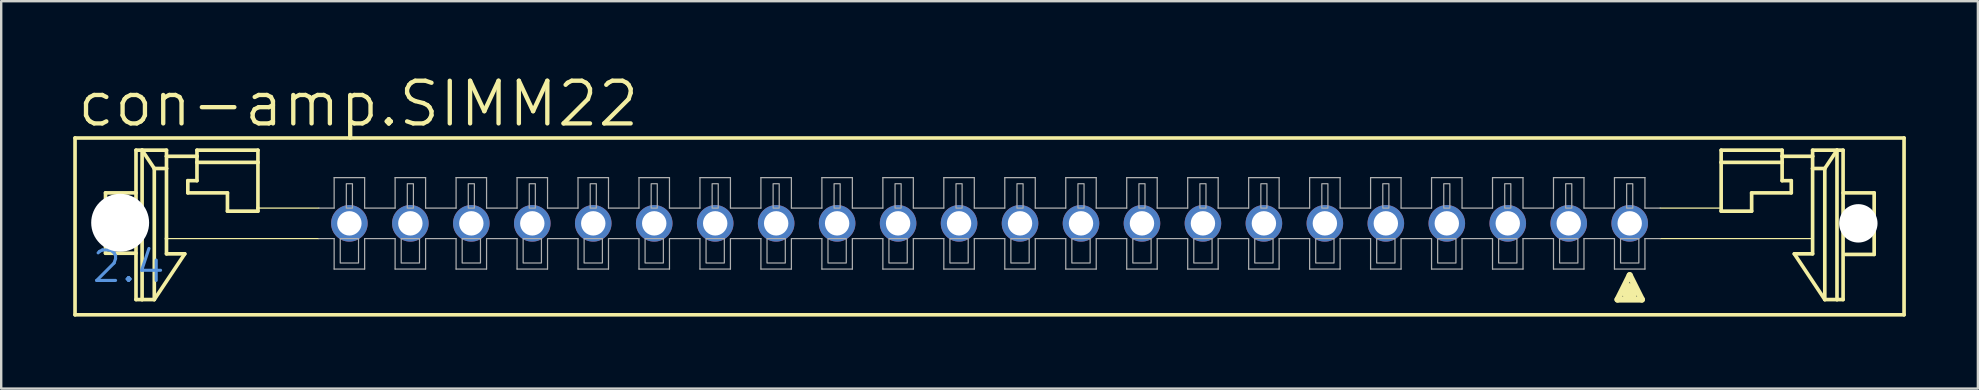
<source format=kicad_pcb>
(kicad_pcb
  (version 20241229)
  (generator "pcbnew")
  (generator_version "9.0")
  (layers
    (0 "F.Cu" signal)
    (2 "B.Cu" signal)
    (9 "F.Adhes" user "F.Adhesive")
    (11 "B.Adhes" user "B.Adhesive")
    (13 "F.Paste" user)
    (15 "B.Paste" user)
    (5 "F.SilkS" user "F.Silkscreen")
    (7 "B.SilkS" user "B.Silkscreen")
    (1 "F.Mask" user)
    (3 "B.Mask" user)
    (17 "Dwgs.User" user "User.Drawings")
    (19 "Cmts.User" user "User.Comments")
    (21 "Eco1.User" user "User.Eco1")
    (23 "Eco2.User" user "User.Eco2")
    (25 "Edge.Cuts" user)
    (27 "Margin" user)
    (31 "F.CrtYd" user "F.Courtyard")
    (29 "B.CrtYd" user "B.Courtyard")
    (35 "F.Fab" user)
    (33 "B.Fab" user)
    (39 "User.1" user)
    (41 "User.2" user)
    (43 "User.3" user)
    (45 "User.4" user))
  (footprint "con-amp.SIMM22"
    (layer "F.Cu")
    (at 38.176 6.255)
    (property "Reference" "con-amp.SIMM22" (at -38.1 -3.937 0) (layer "F.SilkS") (effects (font (size 1.778 1.778) (thickness 0.18)) (justify left bottom)))
    (attr through_hole)
    (fp_line (start -38.1 -3.556) (end -38.1 3.81) (stroke (width 0.152) (type default)) (layer "F.SilkS"))
    (fp_line (start -38.1 3.81) (end 38.1 3.81) (stroke (width 0.152) (type default)) (layer "F.SilkS"))
    (fp_line (start -36.83 -1.27) (end -36.83 1.245) (stroke (width 0.152) (type default)) (layer "F.SilkS"))
    (fp_line (start -36.83 1.245) (end -35.56 1.245) (stroke (width 0.152) (type default)) (layer "F.SilkS"))
    (fp_line (start -35.56 -3.048) (end -35.56 3.175) (stroke (width 0.152) (type default)) (layer "F.SilkS"))
    (fp_line (start -35.56 -3.048) (end -35.306 -3.048) (stroke (width 0.152) (type default)) (layer "F.SilkS"))
    (fp_line (start -35.56 -1.27) (end -36.83 -1.27) (stroke (width 0.152) (type default)) (layer "F.SilkS"))
    (fp_line (start -35.306 -3.048) (end -35.306 3.175) (stroke (width 0.152) (type default)) (layer "F.SilkS"))
    (fp_line (start -35.306 -3.048) (end -34.798 -2.286) (stroke (width 0.152) (type default)) (layer "F.SilkS"))
    (fp_line (start -35.306 -3.048) (end -34.29 -3.048) (stroke (width 0.152) (type default)) (layer "F.SilkS"))
    (fp_line (start -35.306 3.175) (end -35.56 3.175) (stroke (width 0.152) (type default)) (layer "F.SilkS"))
    (fp_line (start -34.798 3.175) (end -35.306 3.175) (stroke (width 0.152) (type default)) (layer "F.SilkS"))
    (fp_line (start -34.798 3.175) (end -34.798 -2.286) (stroke (width 0.152) (type default)) (layer "F.SilkS"))
    (fp_line (start -34.29 -3.048) (end -34.29 -2.794) (stroke (width 0.152) (type default)) (layer "F.SilkS"))
    (fp_line (start -34.29 -2.794) (end -34.29 -2.286) (stroke (width 0.152) (type default)) (layer "F.SilkS"))
    (fp_line (start -34.29 -2.794) (end -33.02 -2.794) (stroke (width 0.152) (type default)) (layer "F.SilkS"))
    (fp_line (start -34.29 -2.286) (end -34.798 -2.286) (stroke (width 0.152) (type default)) (layer "F.SilkS"))
    (fp_line (start -34.29 0.635) (end -34.29 -2.286) (stroke (width 0.152) (type default)) (layer "F.SilkS"))
    (fp_line (start -34.29 1.27) (end -34.29 0.635) (stroke (width 0.152) (type default)) (layer "F.SilkS"))
    (fp_line (start -34.29 1.27) (end -33.528 1.27) (stroke (width 0.152) (type default)) (layer "F.SilkS"))
    (fp_line (start -33.528 1.27) (end -34.798 3.175) (stroke (width 0.152) (type default)) (layer "F.SilkS"))
    (fp_line (start -33.401 -1.778) (end -33.02 -1.778) (stroke (width 0.152) (type default)) (layer "F.SilkS"))
    (fp_line (start -33.401 -1.27) (end -33.401 -1.778) (stroke (width 0.152) (type default)) (layer "F.SilkS"))
    (fp_line (start -33.02 -3.048) (end -30.48 -3.048) (stroke (width 0.152) (type default)) (layer "F.SilkS"))
    (fp_line (start -33.02 -2.794) (end -33.02 -3.048) (stroke (width 0.152) (type default)) (layer "F.SilkS"))
    (fp_line (start -33.02 -2.54) (end -33.02 -2.794) (stroke (width 0.152) (type default)) (layer "F.SilkS"))
    (fp_line (start -33.02 -2.54) (end -30.48 -2.54) (stroke (width 0.152) (type default)) (layer "F.SilkS"))
    (fp_line (start -33.02 -1.778) (end -33.02 -2.54) (stroke (width 0.152) (type default)) (layer "F.SilkS"))
    (fp_line (start -31.75 -1.27) (end -33.401 -1.27) (stroke (width 0.152) (type default)) (layer "F.SilkS"))
    (fp_line (start -31.75 -0.508) (end -31.75 -1.27) (stroke (width 0.152) (type default)) (layer "F.SilkS"))
    (fp_line (start -30.48 -3.048) (end -30.48 -2.54) (stroke (width 0.152) (type default)) (layer "F.SilkS"))
    (fp_line (start -30.48 -2.54) (end -30.48 -0.635) (stroke (width 0.152) (type default)) (layer "F.SilkS"))
    (fp_line (start -30.48 -0.635) (end -30.48 -0.508) (stroke (width 0.152) (type default)) (layer "F.SilkS"))
    (fp_line (start -30.48 -0.508) (end -31.75 -0.508) (stroke (width 0.152) (type default)) (layer "F.SilkS"))
    (fp_line (start -27.94 -0.635) (end -30.48 -0.635) (stroke (width 0.051) (type default)) (layer "F.SilkS"))
    (fp_line (start -27.94 0.635) (end -34.29 0.635) (stroke (width 0.051) (type default)) (layer "F.SilkS"))
    (fp_line (start 26.162 3.175) (end 27.178 3.175) (stroke (width 0.254) (type default)) (layer "F.SilkS"))
    (fp_line (start 26.67 2.159) (end 26.162 3.175) (stroke (width 0.254) (type default)) (layer "F.SilkS"))
    (fp_line (start 26.67 2.794) (end 26.67 2.921) (stroke (width 0.61) (type default)) (layer "F.SilkS"))
    (fp_line (start 27.178 3.175) (end 26.67 2.159) (stroke (width 0.254) (type default)) (layer "F.SilkS"))
    (fp_line (start 27.94 -0.635) (end 30.429 -0.635) (stroke (width 0.051) (type default)) (layer "F.SilkS"))
    (fp_line (start 27.94 0.635) (end 34.239 0.635) (stroke (width 0.051) (type default)) (layer "F.SilkS"))
    (fp_line (start 30.48 -3.048) (end 30.48 -2.54) (stroke (width 0.152) (type default)) (layer "F.SilkS"))
    (fp_line (start 30.48 -2.54) (end 30.48 -0.508) (stroke (width 0.152) (type default)) (layer "F.SilkS"))
    (fp_line (start 30.48 -0.508) (end 31.75 -0.508) (stroke (width 0.152) (type default)) (layer "F.SilkS"))
    (fp_line (start 31.75 -1.27) (end 33.401 -1.27) (stroke (width 0.152) (type default)) (layer "F.SilkS"))
    (fp_line (start 31.75 -0.508) (end 31.75 -1.27) (stroke (width 0.152) (type default)) (layer "F.SilkS"))
    (fp_line (start 33.02 -3.048) (end 30.48 -3.048) (stroke (width 0.152) (type default)) (layer "F.SilkS"))
    (fp_line (start 33.02 -2.794) (end 33.02 -3.048) (stroke (width 0.152) (type default)) (layer "F.SilkS"))
    (fp_line (start 33.02 -2.54) (end 30.48 -2.54) (stroke (width 0.152) (type default)) (layer "F.SilkS"))
    (fp_line (start 33.02 -2.54) (end 33.02 -2.794) (stroke (width 0.152) (type default)) (layer "F.SilkS"))
    (fp_line (start 33.02 -1.778) (end 33.02 -2.54) (stroke (width 0.152) (type default)) (layer "F.SilkS"))
    (fp_line (start 33.401 -1.778) (end 33.02 -1.778) (stroke (width 0.152) (type default)) (layer "F.SilkS"))
    (fp_line (start 33.401 -1.27) (end 33.401 -1.778) (stroke (width 0.152) (type default)) (layer "F.SilkS"))
    (fp_line (start 33.528 1.27) (end 34.798 3.175) (stroke (width 0.152) (type default)) (layer "F.SilkS"))
    (fp_line (start 34.29 -3.048) (end 34.29 -2.794) (stroke (width 0.152) (type default)) (layer "F.SilkS"))
    (fp_line (start 34.29 -2.794) (end 33.02 -2.794) (stroke (width 0.152) (type default)) (layer "F.SilkS"))
    (fp_line (start 34.29 -2.794) (end 34.29 -2.286) (stroke (width 0.152) (type default)) (layer "F.SilkS"))
    (fp_line (start 34.29 -2.286) (end 34.29 1.27) (stroke (width 0.152) (type default)) (layer "F.SilkS"))
    (fp_line (start 34.29 -2.286) (end 34.798 -2.286) (stroke (width 0.152) (type default)) (layer "F.SilkS"))
    (fp_line (start 34.29 1.27) (end 33.528 1.27) (stroke (width 0.152) (type default)) (layer "F.SilkS"))
    (fp_line (start 34.798 3.175) (end 34.798 -2.286) (stroke (width 0.152) (type default)) (layer "F.SilkS"))
    (fp_line (start 34.798 3.175) (end 35.306 3.175) (stroke (width 0.152) (type default)) (layer "F.SilkS"))
    (fp_line (start 35.306 -3.048) (end 34.29 -3.048) (stroke (width 0.152) (type default)) (layer "F.SilkS"))
    (fp_line (start 35.306 -3.048) (end 34.798 -2.286) (stroke (width 0.152) (type default)) (layer "F.SilkS"))
    (fp_line (start 35.306 -3.048) (end 35.306 3.175) (stroke (width 0.152) (type default)) (layer "F.SilkS"))
    (fp_line (start 35.306 3.175) (end 35.56 3.175) (stroke (width 0.152) (type default)) (layer "F.SilkS"))
    (fp_line (start 35.56 -3.048) (end 35.306 -3.048) (stroke (width 0.152) (type default)) (layer "F.SilkS"))
    (fp_line (start 35.56 -3.048) (end 35.56 3.175) (stroke (width 0.152) (type default)) (layer "F.SilkS"))
    (fp_line (start 35.56 -1.27) (end 36.855 -1.27) (stroke (width 0.152) (type default)) (layer "F.SilkS"))
    (fp_line (start 36.855 -1.27) (end 36.855 1.295) (stroke (width 0.152) (type default)) (layer "F.SilkS"))
    (fp_line (start 36.855 1.295) (end 35.662 1.295) (stroke (width 0.152) (type default)) (layer "F.SilkS"))
    (fp_line (start 38.1 -3.556) (end -38.1 -3.556) (stroke (width 0.152) (type default)) (layer "F.SilkS"))
    (fp_line (start 38.1 3.81) (end 38.1 -3.556) (stroke (width 0.152) (type default)) (layer "F.SilkS"))
    (fp_line (start -27.305 -1.905) (end -26.035 -1.905) (stroke (width 0.051) (type default)) (layer "F.Fab"))
    (fp_line (start -27.305 -0.635) (end -27.94 -0.635) (stroke (width 0.051) (type default)) (layer "F.Fab"))
    (fp_line (start -27.305 -0.635) (end -27.305 -1.905) (stroke (width 0.051) (type default)) (layer "F.Fab"))
    (fp_line (start -27.305 0.635) (end -27.94 0.635) (stroke (width 0.051) (type default)) (layer "F.Fab"))
    (fp_line (start -27.305 1.905) (end -27.305 0.635) (stroke (width 0.051) (type default)) (layer "F.Fab"))
    (fp_line (start -27.305 1.905) (end -26.035 1.905) (stroke (width 0.051) (type default)) (layer "F.Fab"))
    (fp_line (start -26.035 -1.905) (end -26.035 -0.635) (stroke (width 0.051) (type default)) (layer "F.Fab"))
    (fp_line (start -26.035 -0.635) (end -24.765 -0.635) (stroke (width 0.051) (type default)) (layer "F.Fab"))
    (fp_line (start -26.035 0.635) (end -24.765 0.635) (stroke (width 0.051) (type default)) (layer "F.Fab"))
    (fp_line (start -26.035 1.905) (end -26.035 0.635) (stroke (width 0.051) (type default)) (layer "F.Fab"))
    (fp_line (start -24.765 -1.905) (end -23.495 -1.905) (stroke (width 0.051) (type default)) (layer "F.Fab"))
    (fp_line (start -24.765 -0.635) (end -24.765 -1.905) (stroke (width 0.051) (type default)) (layer "F.Fab"))
    (fp_line (start -24.765 0.635) (end -24.765 1.905) (stroke (width 0.051) (type default)) (layer "F.Fab"))
    (fp_line (start -24.765 1.905) (end -23.495 1.905) (stroke (width 0.051) (type default)) (layer "F.Fab"))
    (fp_line (start -23.495 -1.905) (end -23.495 -0.635) (stroke (width 0.051) (type default)) (layer "F.Fab"))
    (fp_line (start -23.495 -0.635) (end -22.225 -0.635) (stroke (width 0.051) (type default)) (layer "F.Fab"))
    (fp_line (start -23.495 0.635) (end -23.495 1.905) (stroke (width 0.051) (type default)) (layer "F.Fab"))
    (fp_line (start -23.495 0.635) (end -22.225 0.635) (stroke (width 0.051) (type default)) (layer "F.Fab"))
    (fp_line (start -22.225 -0.635) (end -22.225 -1.905) (stroke (width 0.051) (type default)) (layer "F.Fab"))
    (fp_line (start -22.225 1.905) (end -22.225 0.635) (stroke (width 0.051) (type default)) (layer "F.Fab"))
    (fp_line (start -22.225 1.905) (end -20.955 1.905) (stroke (width 0.051) (type default)) (layer "F.Fab"))
    (fp_line (start -20.955 -1.905) (end -22.225 -1.905) (stroke (width 0.051) (type default)) (layer "F.Fab"))
    (fp_line (start -20.955 -1.905) (end -20.955 -0.635) (stroke (width 0.051) (type default)) (layer "F.Fab"))
    (fp_line (start -20.955 0.635) (end -19.685 0.635) (stroke (width 0.051) (type default)) (layer "F.Fab"))
    (fp_line (start -20.955 1.905) (end -20.955 0.635) (stroke (width 0.051) (type default)) (layer "F.Fab"))
    (fp_line (start -19.685 -0.635) (end -20.955 -0.635) (stroke (width 0.051) (type default)) (layer "F.Fab"))
    (fp_line (start -19.685 -0.635) (end -19.685 -1.905) (stroke (width 0.051) (type default)) (layer "F.Fab"))
    (fp_line (start -19.685 1.905) (end -19.685 0.635) (stroke (width 0.051) (type default)) (layer "F.Fab"))
    (fp_line (start -19.685 1.905) (end -18.415 1.905) (stroke (width 0.051) (type default)) (layer "F.Fab"))
    (fp_line (start -18.415 -1.905) (end -19.685 -1.905) (stroke (width 0.051) (type default)) (layer "F.Fab"))
    (fp_line (start -18.415 -1.905) (end -18.415 -0.635) (stroke (width 0.051) (type default)) (layer "F.Fab"))
    (fp_line (start -18.415 0.635) (end -17.145 0.635) (stroke (width 0.051) (type default)) (layer "F.Fab"))
    (fp_line (start -18.415 1.905) (end -18.415 0.635) (stroke (width 0.051) (type default)) (layer "F.Fab"))
    (fp_line (start -17.145 -0.635) (end -18.415 -0.635) (stroke (width 0.051) (type default)) (layer "F.Fab"))
    (fp_line (start -17.145 -0.635) (end -17.145 -1.905) (stroke (width 0.051) (type default)) (layer "F.Fab"))
    (fp_line (start -17.145 1.905) (end -17.145 0.635) (stroke (width 0.051) (type default)) (layer "F.Fab"))
    (fp_line (start -17.145 1.905) (end -15.875 1.905) (stroke (width 0.051) (type default)) (layer "F.Fab"))
    (fp_line (start -15.875 -1.905) (end -17.145 -1.905) (stroke (width 0.051) (type default)) (layer "F.Fab"))
    (fp_line (start -15.875 -1.905) (end -15.875 -0.635) (stroke (width 0.051) (type default)) (layer "F.Fab"))
    (fp_line (start -15.875 0.635) (end -14.605 0.635) (stroke (width 0.051) (type default)) (layer "F.Fab"))
    (fp_line (start -15.875 1.905) (end -15.875 0.635) (stroke (width 0.051) (type default)) (layer "F.Fab"))
    (fp_line (start -14.605 -0.635) (end -15.875 -0.635) (stroke (width 0.051) (type default)) (layer "F.Fab"))
    (fp_line (start -14.605 -0.635) (end -14.605 -1.905) (stroke (width 0.051) (type default)) (layer "F.Fab"))
    (fp_line (start -14.605 1.905) (end -14.605 0.635) (stroke (width 0.051) (type default)) (layer "F.Fab"))
    (fp_line (start -14.605 1.905) (end -13.335 1.905) (stroke (width 0.051) (type default)) (layer "F.Fab"))
    (fp_line (start -13.335 -1.905) (end -14.605 -1.905) (stroke (width 0.051) (type default)) (layer "F.Fab"))
    (fp_line (start -13.335 -1.905) (end -13.335 -0.635) (stroke (width 0.051) (type default)) (layer "F.Fab"))
    (fp_line (start -13.335 -0.635) (end -12.065 -0.635) (stroke (width 0.051) (type default)) (layer "F.Fab"))
    (fp_line (start -13.335 0.635) (end -12.065 0.635) (stroke (width 0.051) (type default)) (layer "F.Fab"))
    (fp_line (start -13.335 1.905) (end -13.335 0.635) (stroke (width 0.051) (type default)) (layer "F.Fab"))
    (fp_line (start -12.065 -0.635) (end -12.065 -1.905) (stroke (width 0.051) (type default)) (layer "F.Fab"))
    (fp_line (start -12.065 1.905) (end -12.065 0.635) (stroke (width 0.051) (type default)) (layer "F.Fab"))
    (fp_line (start -12.065 1.905) (end -10.795 1.905) (stroke (width 0.051) (type default)) (layer "F.Fab"))
    (fp_line (start -10.795 -1.905) (end -12.065 -1.905) (stroke (width 0.051) (type default)) (layer "F.Fab"))
    (fp_line (start -10.795 -1.905) (end -10.795 -0.635) (stroke (width 0.051) (type default)) (layer "F.Fab"))
    (fp_line (start -10.795 0.635) (end -10.795 1.905) (stroke (width 0.051) (type default)) (layer "F.Fab"))
    (fp_line (start -10.795 0.635) (end -9.525 0.635) (stroke (width 0.051) (type default)) (layer "F.Fab"))
    (fp_line (start -9.525 -0.635) (end -10.795 -0.635) (stroke (width 0.051) (type default)) (layer "F.Fab"))
    (fp_line (start -9.525 -0.635) (end -9.525 -1.905) (stroke (width 0.051) (type default)) (layer "F.Fab"))
    (fp_line (start -9.525 1.905) (end -9.525 0.635) (stroke (width 0.051) (type default)) (layer "F.Fab"))
    (fp_line (start -9.525 1.905) (end -8.255 1.905) (stroke (width 0.051) (type default)) (layer "F.Fab"))
    (fp_line (start -8.255 -1.905) (end -9.525 -1.905) (stroke (width 0.051) (type default)) (layer "F.Fab"))
    (fp_line (start -8.255 -1.905) (end -8.255 -0.635) (stroke (width 0.051) (type default)) (layer "F.Fab"))
    (fp_line (start -8.255 0.635) (end -8.255 1.905) (stroke (width 0.051) (type default)) (layer "F.Fab"))
    (fp_line (start -8.255 0.635) (end -6.985 0.635) (stroke (width 0.051) (type default)) (layer "F.Fab"))
    (fp_line (start -6.985 -0.635) (end -8.255 -0.635) (stroke (width 0.051) (type default)) (layer "F.Fab"))
    (fp_line (start -6.985 -0.635) (end -6.985 -1.905) (stroke (width 0.051) (type default)) (layer "F.Fab"))
    (fp_line (start -6.985 0.635) (end -6.985 1.905) (stroke (width 0.051) (type default)) (layer "F.Fab"))
    (fp_line (start -6.985 1.905) (end -5.715 1.905) (stroke (width 0.051) (type default)) (layer "F.Fab"))
    (fp_line (start -5.715 -1.905) (end -6.985 -1.905) (stroke (width 0.051) (type default)) (layer "F.Fab"))
    (fp_line (start -5.715 -1.905) (end -5.715 -0.635) (stroke (width 0.051) (type default)) (layer "F.Fab"))
    (fp_line (start -5.715 0.635) (end -5.715 1.905) (stroke (width 0.051) (type default)) (layer "F.Fab"))
    (fp_line (start -5.715 0.635) (end -4.445 0.635) (stroke (width 0.051) (type default)) (layer "F.Fab"))
    (fp_line (start -4.445 -0.635) (end -5.715 -0.635) (stroke (width 0.051) (type default)) (layer "F.Fab"))
    (fp_line (start -4.445 -0.635) (end -4.445 -1.905) (stroke (width 0.051) (type default)) (layer "F.Fab"))
    (fp_line (start -4.445 1.905) (end -4.445 0.635) (stroke (width 0.051) (type default)) (layer "F.Fab"))
    (fp_line (start -4.445 1.905) (end -3.175 1.905) (stroke (width 0.051) (type default)) (layer "F.Fab"))
    (fp_line (start -3.175 -1.905) (end -4.445 -1.905) (stroke (width 0.051) (type default)) (layer "F.Fab"))
    (fp_line (start -3.175 -1.905) (end -3.175 -0.635) (stroke (width 0.051) (type default)) (layer "F.Fab"))
    (fp_line (start -3.175 0.635) (end -3.175 1.905) (stroke (width 0.051) (type default)) (layer "F.Fab"))
    (fp_line (start -3.175 0.635) (end -1.905 0.635) (stroke (width 0.051) (type default)) (layer "F.Fab"))
    (fp_line (start -1.905 -0.635) (end -3.175 -0.635) (stroke (width 0.051) (type default)) (layer "F.Fab"))
    (fp_line (start -1.905 -0.635) (end -1.905 -1.905) (stroke (width 0.051) (type default)) (layer "F.Fab"))
    (fp_line (start -1.905 1.905) (end -1.905 0.635) (stroke (width 0.051) (type default)) (layer "F.Fab"))
    (fp_line (start -1.905 1.905) (end -0.635 1.905) (stroke (width 0.051) (type default)) (layer "F.Fab"))
    (fp_line (start -0.635 -1.905) (end -1.905 -1.905) (stroke (width 0.051) (type default)) (layer "F.Fab"))
    (fp_line (start -0.635 -1.905) (end -0.635 -0.635) (stroke (width 0.051) (type default)) (layer "F.Fab"))
    (fp_line (start -0.635 0.635) (end -0.635 1.905) (stroke (width 0.051) (type default)) (layer "F.Fab"))
    (fp_line (start -0.635 0.635) (end 0.635 0.635) (stroke (width 0.051) (type default)) (layer "F.Fab"))
    (fp_line (start 0.635 -0.635) (end -0.635 -0.635) (stroke (width 0.051) (type default)) (layer "F.Fab"))
    (fp_line (start 0.635 -0.635) (end 0.635 -1.905) (stroke (width 0.051) (type default)) (layer "F.Fab"))
    (fp_line (start 0.635 1.905) (end 0.635 0.635) (stroke (width 0.051) (type default)) (layer "F.Fab"))
    (fp_line (start 0.635 1.905) (end 1.905 1.905) (stroke (width 0.051) (type default)) (layer "F.Fab"))
    (fp_line (start 1.905 -1.905) (end 0.635 -1.905) (stroke (width 0.051) (type default)) (layer "F.Fab"))
    (fp_line (start 1.905 -1.905) (end 1.905 -0.635) (stroke (width 0.051) (type default)) (layer "F.Fab"))
    (fp_line (start 1.905 0.635) (end 3.175 0.635) (stroke (width 0.051) (type default)) (layer "F.Fab"))
    (fp_line (start 1.905 1.905) (end 1.905 0.635) (stroke (width 0.051) (type default)) (layer "F.Fab"))
    (fp_line (start 3.175 -0.635) (end 1.905 -0.635) (stroke (width 0.051) (type default)) (layer "F.Fab"))
    (fp_line (start 3.175 -0.635) (end 3.175 -1.905) (stroke (width 0.051) (type default)) (layer "F.Fab"))
    (fp_line (start 3.175 1.905) (end 3.175 0.635) (stroke (width 0.051) (type default)) (layer "F.Fab"))
    (fp_line (start 3.175 1.905) (end 4.445 1.905) (stroke (width 0.051) (type default)) (layer "F.Fab"))
    (fp_line (start 4.445 -1.905) (end 3.175 -1.905) (stroke (width 0.051) (type default)) (layer "F.Fab"))
    (fp_line (start 4.445 -1.905) (end 4.445 -0.635) (stroke (width 0.051) (type default)) (layer "F.Fab"))
    (fp_line (start 4.445 -0.635) (end 5.715 -0.635) (stroke (width 0.051) (type default)) (layer "F.Fab"))
    (fp_line (start 4.445 0.635) (end 5.715 0.635) (stroke (width 0.051) (type default)) (layer "F.Fab"))
    (fp_line (start 4.445 1.905) (end 4.445 0.635) (stroke (width 0.051) (type default)) (layer "F.Fab"))
    (fp_line (start 5.715 -0.635) (end 5.715 -1.905) (stroke (width 0.051) (type default)) (layer "F.Fab"))
    (fp_line (start 5.715 1.905) (end 5.715 0.635) (stroke (width 0.051) (type default)) (layer "F.Fab"))
    (fp_line (start 5.715 1.905) (end 6.985 1.905) (stroke (width 0.051) (type default)) (layer "F.Fab"))
    (fp_line (start 6.985 -1.905) (end 5.715 -1.905) (stroke (width 0.051) (type default)) (layer "F.Fab"))
    (fp_line (start 6.985 -1.905) (end 6.985 -0.635) (stroke (width 0.051) (type default)) (layer "F.Fab"))
    (fp_line (start 6.985 0.635) (end 6.985 1.905) (stroke (width 0.051) (type default)) (layer "F.Fab"))
    (fp_line (start 6.985 0.635) (end 8.255 0.635) (stroke (width 0.051) (type default)) (layer "F.Fab"))
    (fp_line (start 8.255 -0.635) (end 6.985 -0.635) (stroke (width 0.051) (type default)) (layer "F.Fab"))
    (fp_line (start 8.255 -0.635) (end 8.255 -1.905) (stroke (width 0.051) (type default)) (layer "F.Fab"))
    (fp_line (start 8.255 0.635) (end 8.255 1.905) (stroke (width 0.051) (type default)) (layer "F.Fab"))
    (fp_line (start 8.255 1.905) (end 9.525 1.905) (stroke (width 0.051) (type default)) (layer "F.Fab"))
    (fp_line (start 9.525 -1.905) (end 8.255 -1.905) (stroke (width 0.051) (type default)) (layer "F.Fab"))
    (fp_line (start 9.525 -1.905) (end 9.525 -0.635) (stroke (width 0.051) (type default)) (layer "F.Fab"))
    (fp_line (start 9.525 0.635) (end 9.525 1.905) (stroke (width 0.051) (type default)) (layer "F.Fab"))
    (fp_line (start 9.525 0.635) (end 10.795 0.635) (stroke (width 0.051) (type default)) (layer "F.Fab"))
    (fp_line (start 10.795 -0.635) (end 9.525 -0.635) (stroke (width 0.051) (type default)) (layer "F.Fab"))
    (fp_line (start 10.795 -0.635) (end 10.795 -1.905) (stroke (width 0.051) (type default)) (layer "F.Fab"))
    (fp_line (start 10.795 0.635) (end 10.795 1.905) (stroke (width 0.051) (type default)) (layer "F.Fab"))
    (fp_line (start 10.795 1.905) (end 12.065 1.905) (stroke (width 0.051) (type default)) (layer "F.Fab"))
    (fp_line (start 12.065 -1.905) (end 10.795 -1.905) (stroke (width 0.051) (type default)) (layer "F.Fab"))
    (fp_line (start 12.065 -1.905) (end 12.065 -0.635) (stroke (width 0.051) (type default)) (layer "F.Fab"))
    (fp_line (start 12.065 0.635) (end 12.065 1.905) (stroke (width 0.051) (type default)) (layer "F.Fab"))
    (fp_line (start 12.065 0.635) (end 13.335 0.635) (stroke (width 0.051) (type default)) (layer "F.Fab"))
    (fp_line (start 13.335 -0.635) (end 12.065 -0.635) (stroke (width 0.051) (type default)) (layer "F.Fab"))
    (fp_line (start 13.335 -0.635) (end 13.335 -1.905) (stroke (width 0.051) (type default)) (layer "F.Fab"))
    (fp_line (start 13.335 0.635) (end 13.335 1.905) (stroke (width 0.051) (type default)) (layer "F.Fab"))
    (fp_line (start 13.335 1.905) (end 14.605 1.905) (stroke (width 0.051) (type default)) (layer "F.Fab"))
    (fp_line (start 14.605 -1.905) (end 13.335 -1.905) (stroke (width 0.051) (type default)) (layer "F.Fab"))
    (fp_line (start 14.605 -1.905) (end 14.605 -0.635) (stroke (width 0.051) (type default)) (layer "F.Fab"))
    (fp_line (start 14.605 0.635) (end 15.875 0.635) (stroke (width 0.051) (type default)) (layer "F.Fab"))
    (fp_line (start 14.605 1.905) (end 14.605 0.635) (stroke (width 0.051) (type default)) (layer "F.Fab"))
    (fp_line (start 15.875 -0.635) (end 14.605 -0.635) (stroke (width 0.051) (type default)) (layer "F.Fab"))
    (fp_line (start 15.875 -0.635) (end 15.875 -1.905) (stroke (width 0.051) (type default)) (layer "F.Fab"))
    (fp_line (start 15.875 1.905) (end 15.875 0.635) (stroke (width 0.051) (type default)) (layer "F.Fab"))
    (fp_line (start 15.875 1.905) (end 17.145 1.905) (stroke (width 0.051) (type default)) (layer "F.Fab"))
    (fp_line (start 17.145 -1.905) (end 15.875 -1.905) (stroke (width 0.051) (type default)) (layer "F.Fab"))
    (fp_line (start 17.145 -1.905) (end 17.145 -0.635) (stroke (width 0.051) (type default)) (layer "F.Fab"))
    (fp_line (start 17.145 0.635) (end 18.415 0.635) (stroke (width 0.051) (type default)) (layer "F.Fab"))
    (fp_line (start 17.145 1.905) (end 17.145 0.635) (stroke (width 0.051) (type default)) (layer "F.Fab"))
    (fp_line (start 18.415 -0.635) (end 17.145 -0.635) (stroke (width 0.051) (type default)) (layer "F.Fab"))
    (fp_line (start 18.415 -0.635) (end 18.415 -1.905) (stroke (width 0.051) (type default)) (layer "F.Fab"))
    (fp_line (start 18.415 0.635) (end 18.415 1.905) (stroke (width 0.051) (type default)) (layer "F.Fab"))
    (fp_line (start 18.415 1.905) (end 19.685 1.905) (stroke (width 0.051) (type default)) (layer "F.Fab"))
    (fp_line (start 19.685 -1.905) (end 18.415 -1.905) (stroke (width 0.051) (type default)) (layer "F.Fab"))
    (fp_line (start 19.685 -1.905) (end 19.685 -0.635) (stroke (width 0.051) (type default)) (layer "F.Fab"))
    (fp_line (start 19.685 0.635) (end 20.955 0.635) (stroke (width 0.051) (type default)) (layer "F.Fab"))
    (fp_line (start 19.685 1.905) (end 19.685 0.635) (stroke (width 0.051) (type default)) (layer "F.Fab"))
    (fp_line (start 20.955 -0.635) (end 19.685 -0.635) (stroke (width 0.051) (type default)) (layer "F.Fab"))
    (fp_line (start 20.955 -0.635) (end 20.955 -1.905) (stroke (width 0.051) (type default)) (layer "F.Fab"))
    (fp_line (start 20.955 0.635) (end 20.955 1.905) (stroke (width 0.051) (type default)) (layer "F.Fab"))
    (fp_line (start 20.955 1.905) (end 22.225 1.905) (stroke (width 0.051) (type default)) (layer "F.Fab"))
    (fp_line (start 22.225 -1.905) (end 20.955 -1.905) (stroke (width 0.051) (type default)) (layer "F.Fab"))
    (fp_line (start 22.225 -1.905) (end 22.225 -0.635) (stroke (width 0.051) (type default)) (layer "F.Fab"))
    (fp_line (start 22.225 0.635) (end 22.225 1.905) (stroke (width 0.051) (type default)) (layer "F.Fab"))
    (fp_line (start 22.225 0.635) (end 23.495 0.635) (stroke (width 0.051) (type default)) (layer "F.Fab"))
    (fp_line (start 23.495 -0.635) (end 22.225 -0.635) (stroke (width 0.051) (type default)) (layer "F.Fab"))
    (fp_line (start 23.495 -0.635) (end 23.495 -1.905) (stroke (width 0.051) (type default)) (layer "F.Fab"))
    (fp_line (start 23.495 0.635) (end 23.495 1.905) (stroke (width 0.051) (type default)) (layer "F.Fab"))
    (fp_line (start 23.495 1.905) (end 24.765 1.905) (stroke (width 0.051) (type default)) (layer "F.Fab"))
    (fp_line (start 24.765 -1.905) (end 23.495 -1.905) (stroke (width 0.051) (type default)) (layer "F.Fab"))
    (fp_line (start 24.765 -1.905) (end 24.765 -0.635) (stroke (width 0.051) (type default)) (layer "F.Fab"))
    (fp_line (start 24.765 0.635) (end 24.765 1.905) (stroke (width 0.051) (type default)) (layer "F.Fab"))
    (fp_line (start 24.765 0.635) (end 26.035 0.635) (stroke (width 0.051) (type default)) (layer "F.Fab"))
    (fp_line (start 26.035 -0.635) (end 24.765 -0.635) (stroke (width 0.051) (type default)) (layer "F.Fab"))
    (fp_line (start 26.035 -0.635) (end 26.035 -1.905) (stroke (width 0.051) (type default)) (layer "F.Fab"))
    (fp_line (start 26.035 0.635) (end 26.035 1.905) (stroke (width 0.051) (type default)) (layer "F.Fab"))
    (fp_line (start 26.035 1.905) (end 27.305 1.905) (stroke (width 0.051) (type default)) (layer "F.Fab"))
    (fp_line (start 27.305 -1.905) (end 26.035 -1.905) (stroke (width 0.051) (type default)) (layer "F.Fab"))
    (fp_line (start 27.305 -1.905) (end 27.305 -0.635) (stroke (width 0.051) (type default)) (layer "F.Fab"))
    (fp_line (start 27.305 0.635) (end 27.94 0.635) (stroke (width 0.051) (type default)) (layer "F.Fab"))
    (fp_line (start 27.305 1.905) (end 27.305 0.635) (stroke (width 0.051) (type default)) (layer "F.Fab"))
    (fp_line (start 27.94 -0.635) (end 27.305 -0.635) (stroke (width 0.051) (type default)) (layer "F.Fab"))
    (fp_rect (start -27.051 1.651) (end -26.289 0.635) (stroke (width 0.05) (type default)) (fill no) (layer "F.Fab"))
    (fp_rect (start -26.797 -0.635) (end -26.543 -1.651) (stroke (width 0.05) (type default)) (fill no) (layer "F.Fab"))
    (fp_rect (start -24.511 1.651) (end -23.749 0.635) (stroke (width 0.05) (type default)) (fill no) (layer "F.Fab"))
    (fp_rect (start -24.257 -0.635) (end -24.003 -1.651) (stroke (width 0.05) (type default)) (fill no) (layer "F.Fab"))
    (fp_rect (start -21.971 1.651) (end -21.209 0.635) (stroke (width 0.05) (type default)) (fill no) (layer "F.Fab"))
    (fp_rect (start -21.717 -0.635) (end -21.463 -1.651) (stroke (width 0.05) (type default)) (fill no) (layer "F.Fab"))
    (fp_rect (start -19.431 1.651) (end -18.669 0.635) (stroke (width 0.05) (type default)) (fill no) (layer "F.Fab"))
    (fp_rect (start -19.177 -0.635) (end -18.923 -1.651) (stroke (width 0.05) (type default)) (fill no) (layer "F.Fab"))
    (fp_rect (start -16.891 1.651) (end -16.129 0.635) (stroke (width 0.05) (type default)) (fill no) (layer "F.Fab"))
    (fp_rect (start -16.637 -0.635) (end -16.383 -1.651) (stroke (width 0.05) (type default)) (fill no) (layer "F.Fab"))
    (fp_rect (start -14.351 1.651) (end -13.589 0.635) (stroke (width 0.05) (type default)) (fill no) (layer "F.Fab"))
    (fp_rect (start -14.097 -0.635) (end -13.843 -1.651) (stroke (width 0.05) (type default)) (fill no) (layer "F.Fab"))
    (fp_rect (start -11.811 1.651) (end -11.049 0.635) (stroke (width 0.05) (type default)) (fill no) (layer "F.Fab"))
    (fp_rect (start -11.557 -0.635) (end -11.303 -1.651) (stroke (width 0.05) (type default)) (fill no) (layer "F.Fab"))
    (fp_rect (start -9.271 1.651) (end -8.509 0.635) (stroke (width 0.05) (type default)) (fill no) (layer "F.Fab"))
    (fp_rect (start -9.017 -0.635) (end -8.763 -1.651) (stroke (width 0.05) (type default)) (fill no) (layer "F.Fab"))
    (fp_rect (start -6.731 1.651) (end -5.969 0.635) (stroke (width 0.05) (type default)) (fill no) (layer "F.Fab"))
    (fp_rect (start -6.477 -0.635) (end -6.223 -1.651) (stroke (width 0.05) (type default)) (fill no) (layer "F.Fab"))
    (fp_rect (start -4.191 1.651) (end -3.429 0.635) (stroke (width 0.05) (type default)) (fill no) (layer "F.Fab"))
    (fp_rect (start -3.937 -0.635) (end -3.683 -1.651) (stroke (width 0.05) (type default)) (fill no) (layer "F.Fab"))
    (fp_rect (start -1.651 1.651) (end -0.889 0.635) (stroke (width 0.05) (type default)) (fill no) (layer "F.Fab"))
    (fp_rect (start -1.397 -0.635) (end -1.143 -1.651) (stroke (width 0.05) (type default)) (fill no) (layer "F.Fab"))
    (fp_rect (start 0.889 1.651) (end 1.651 0.635) (stroke (width 0.05) (type default)) (fill no) (layer "F.Fab"))
    (fp_rect (start 1.143 -0.635) (end 1.397 -1.651) (stroke (width 0.05) (type default)) (fill no) (layer "F.Fab"))
    (fp_rect (start 3.429 1.651) (end 4.191 0.635) (stroke (width 0.05) (type default)) (fill no) (layer "F.Fab"))
    (fp_rect (start 3.683 -0.635) (end 3.937 -1.651) (stroke (width 0.05) (type default)) (fill no) (layer "F.Fab"))
    (fp_rect (start 5.969 1.651) (end 6.731 0.635) (stroke (width 0.05) (type default)) (fill no) (layer "F.Fab"))
    (fp_rect (start 6.223 -0.635) (end 6.477 -1.651) (stroke (width 0.05) (type default)) (fill no) (layer "F.Fab"))
    (fp_rect (start 8.509 1.651) (end 9.271 0.635) (stroke (width 0.05) (type default)) (fill no) (layer "F.Fab"))
    (fp_rect (start 8.763 -0.635) (end 9.017 -1.651) (stroke (width 0.05) (type default)) (fill no) (layer "F.Fab"))
    (fp_rect (start 11.049 1.651) (end 11.811 0.635) (stroke (width 0.05) (type default)) (fill no) (layer "F.Fab"))
    (fp_rect (start 11.303 -0.635) (end 11.557 -1.651) (stroke (width 0.05) (type default)) (fill no) (layer "F.Fab"))
    (fp_rect (start 13.589 1.651) (end 14.351 0.635) (stroke (width 0.05) (type default)) (fill no) (layer "F.Fab"))
    (fp_rect (start 13.843 -0.635) (end 14.097 -1.651) (stroke (width 0.05) (type default)) (fill no) (layer "F.Fab"))
    (fp_rect (start 16.129 1.651) (end 16.891 0.635) (stroke (width 0.05) (type default)) (fill no) (layer "F.Fab"))
    (fp_rect (start 16.383 -0.635) (end 16.637 -1.651) (stroke (width 0.05) (type default)) (fill no) (layer "F.Fab"))
    (fp_rect (start 18.669 1.651) (end 19.431 0.635) (stroke (width 0.05) (type default)) (fill no) (layer "F.Fab"))
    (fp_rect (start 18.923 -0.635) (end 19.177 -1.651) (stroke (width 0.05) (type default)) (fill no) (layer "F.Fab"))
    (fp_rect (start 21.209 1.651) (end 21.971 0.635) (stroke (width 0.05) (type default)) (fill no) (layer "F.Fab"))
    (fp_rect (start 21.463 -0.635) (end 21.717 -1.651) (stroke (width 0.05) (type default)) (fill no) (layer "F.Fab"))
    (fp_rect (start 23.749 1.651) (end 24.511 0.635) (stroke (width 0.05) (type default)) (fill no) (layer "F.Fab"))
    (fp_rect (start 24.003 -0.635) (end 24.257 -1.651) (stroke (width 0.05) (type default)) (fill no) (layer "F.Fab"))
    (fp_rect (start 26.289 1.651) (end 27.051 0.635) (stroke (width 0.05) (type default)) (fill no) (layer "F.Fab"))
    (fp_rect (start 26.543 -0.635) (end 26.797 -1.651) (stroke (width 0.05) (type default)) (fill no) (layer "F.Fab"))
    (fp_text user "2.4" (at -37.465 2.54 0) (layer "Cmts.User") (effects (font (size 1.27 1.27) (thickness 0.13)) (justify left bottom)))
    (pad "" np_thru_hole circle (at -36.22 -0.025) (size 2.413 2.413) (drill 2.413) (layers "*.Cu" "*.Mask"))
    (pad "" np_thru_hole circle (at 36.195 0) (size 1.6 1.6) (drill 1.6) (layers "*.Cu" "*.Mask"))
    (pad "1" thru_hole circle (at 26.67 0) (size 1.524 1.524) (drill 1.016) (layers "*.Cu" "*.Mask"))
    (pad "2" thru_hole circle (at 24.13 0) (size 1.524 1.524) (drill 1.016) (layers "*.Cu" "*.Mask"))
    (pad "3" thru_hole circle (at 21.59 0) (size 1.524 1.524) (drill 1.016) (layers "*.Cu" "*.Mask"))
    (pad "4" thru_hole circle (at 19.05 0) (size 1.524 1.524) (drill 1.016) (layers "*.Cu" "*.Mask"))
    (pad "5" thru_hole circle (at 16.51 0) (size 1.524 1.524) (drill 1.016) (layers "*.Cu" "*.Mask"))
    (pad "6" thru_hole circle (at 13.97 0) (size 1.524 1.524) (drill 1.016) (layers "*.Cu" "*.Mask"))
    (pad "7" thru_hole circle (at 11.43 0) (size 1.524 1.524) (drill 1.016) (layers "*.Cu" "*.Mask"))
    (pad "8" thru_hole circle (at 8.89 0) (size 1.524 1.524) (drill 1.016) (layers "*.Cu" "*.Mask"))
    (pad "9" thru_hole circle (at 6.35 0) (size 1.524 1.524) (drill 1.016) (layers "*.Cu" "*.Mask"))
    (pad "10" thru_hole circle (at 3.81 0) (size 1.524 1.524) (drill 1.016) (layers "*.Cu" "*.Mask"))
    (pad "11" thru_hole circle (at 1.27 0) (size 1.524 1.524) (drill 1.016) (layers "*.Cu" "*.Mask"))
    (pad "12" thru_hole circle (at -1.27 0) (size 1.524 1.524) (drill 1.016) (layers "*.Cu" "*.Mask"))
    (pad "13" thru_hole circle (at -3.81 0) (size 1.524 1.524) (drill 1.016) (layers "*.Cu" "*.Mask"))
    (pad "14" thru_hole circle (at -6.35 0) (size 1.524 1.524) (drill 1.016) (layers "*.Cu" "*.Mask"))
    (pad "15" thru_hole circle (at -8.89 0) (size 1.524 1.524) (drill 1.016) (layers "*.Cu" "*.Mask"))
    (pad "16" thru_hole circle (at -11.43 0) (size 1.524 1.524) (drill 1.016) (layers "*.Cu" "*.Mask"))
    (pad "17" thru_hole circle (at -13.97 0) (size 1.524 1.524) (drill 1.016) (layers "*.Cu" "*.Mask"))
    (pad "18" thru_hole circle (at -16.51 0) (size 1.524 1.524) (drill 1.016) (layers "*.Cu" "*.Mask"))
    (pad "19" thru_hole circle (at -19.05 0) (size 1.524 1.524) (drill 1.016) (layers "*.Cu" "*.Mask"))
    (pad "20" thru_hole circle (at -21.59 0) (size 1.524 1.524) (drill 1.016) (layers "*.Cu" "*.Mask"))
    (pad "21" thru_hole circle (at -24.13 0) (size 1.524 1.524) (drill 1.016) (layers "*.Cu" "*.Mask"))
    (pad "22" thru_hole circle (at -26.67 0) (size 1.524 1.524) (drill 1.016) (layers "*.Cu" "*.Mask")))
  (gr_rect
    (start -3 -3)
    (end 79.352 13.141)
    (stroke (width 0.1) (type default))
    (fill no)
    (layer "Edge.Cuts")))
</source>
